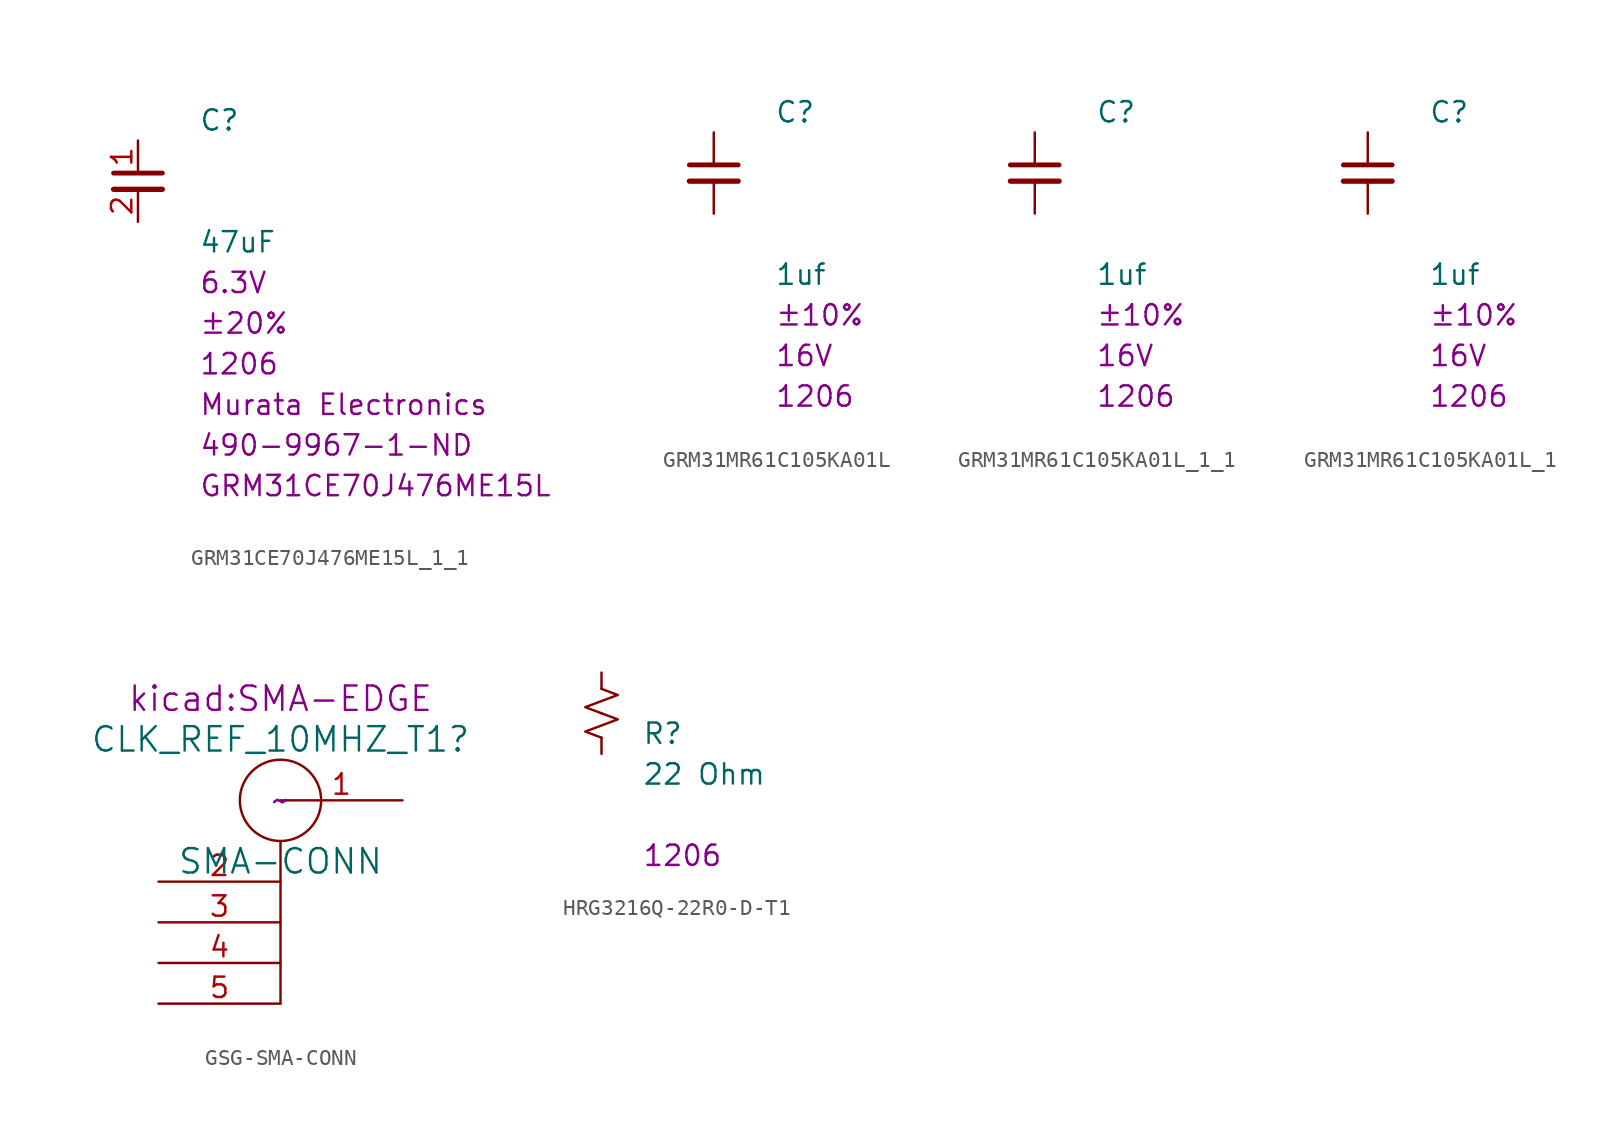
<source format=kicad_sym>
(kicad_symbol_lib
  (version 20231120)
  (generator "kicad_symbol_editor")
  (generator_version "8.0")
  (symbol "GRM31CE70J476ME15L_1_1"
    (property "Reference" "C"
      (at 3.81 3.81 0)
      (effects (font (size 1.27 1.27)) (justify left)))
    (property "Value" "47uF"
      (at 3.81 -3.81 0)
      (effects (font (size 1.27 1.27)) (justify left)))
    (property "Tolerance" "±20%"
      (at 3.81 -8.89 0)
      (effects (font (size 1.27 1.27)) (justify left)))
    (property "MAX Voltage" "6.3V"
      (at 3.81 -6.35 0)
      (effects (font (size 1.27 1.27)) (justify left)))
    (property "Chip Set" "1206"
      (at 3.81 -11.43 0)
      (effects (font (size 1.27 1.27)) (justify left)))
    (property "Manufacturer" "Murata Electronics"
      (at 3.81 -13.97 0)
      (effects (font (size 1.27 1.27)) (justify left)))
    (property "MPN" "GRM31CE70J476ME15L"
      (at 3.81 -19.05 0)
      (effects (font (size 1.27 1.27)) (justify left)))
    (property "Digi-Key_PN" "490-9967-1-ND"
      (at 3.81 -16.51 0)
      (effects (font (size 1.27 1.27)) (justify left)))
    (symbol "GRM31CE70J476ME15L_1_1_1_1"
      (polyline (pts (xy -1.524 -0.508) (xy 1.524 -0.508)) (stroke (width 0.33) (type default)) (fill (type none)))
      (polyline (pts (xy -1.524 0.508) (xy 1.524 0.508)) (stroke (width 0.305) (type default)) (fill (type none)))
      (pin passive line (at 0 2.54 270) (length 2.032) (name "~" (effects (font (size 1.27 1.27)))) (number "1" (effects (font (size 1.27 1.27)))))
      (pin passive line (at 0 -2.54 90) (length 2.032) (name "~" (effects (font (size 1.27 1.27)))) (number "2" (effects (font (size 1.27 1.27)))))))
  (symbol "GRM31MR61C105KA01L"
    (pin_numbers hide)
    (pin_names
      (offset 0.254) hide)
    (property "Reference" "C"
      (at 3.81 3.81 0)
      (effects (font (size 1.27 1.27)) (justify left)))
    (property "Value" "1uf"
      (at 3.81 -6.35 0)
      (effects (font (size 1.27 1.27)) (justify left)))
    (property "Tolerance" "±10%"
      (at 3.81 -8.89 0)
      (effects (font (size 1.27 1.27)) (justify left)))
    (property "MAX Voltage" "16V"
      (at 3.81 -11.43 0)
      (effects (font (size 1.27 1.27)) (justify left)))
    (property "Chip Set" "1206"
      (at 3.81 -13.97 0)
      (effects (font (size 1.27 1.27)) (justify left)))
    (symbol "GRM31MR61C105KA01L_1_1"
      (polyline (pts (xy -1.524 -0.508) (xy 1.524 -0.508)) (stroke (width 0.33) (type solid)) (fill (type none)))
      (polyline (pts (xy -1.524 0.508) (xy 1.524 0.508)) (stroke (width 0.305) (type solid)) (fill (type none)))
      (pin passive line (at 0 2.54 270) (length 2.032) (name "~" (effects (font (size 1.27 1.27)))) (number "1" (effects (font (size 1.27 1.27)))))
      (pin passive line (at 0 -2.54 90) (length 2.032) (name "~" (effects (font (size 1.27 1.27)))) (number "2" (effects (font (size 1.27 1.27)))))))
  (symbol "GRM31MR61C105KA01L_1_1"
    (pin_numbers hide)
    (pin_names
      (offset 0.254) hide)
    (property "Reference" "C"
      (at 3.81 3.81 0)
      (effects (font (size 1.27 1.27)) (justify left)))
    (property "Value" "1uf"
      (at 3.81 -6.35 0)
      (effects (font (size 1.27 1.27)) (justify left)))
    (property "Tolerance" "±10%"
      (at 3.81 -8.89 0)
      (effects (font (size 1.27 1.27)) (justify left)))
    (property "MAX Voltage" "16V"
      (at 3.81 -11.43 0)
      (effects (font (size 1.27 1.27)) (justify left)))
    (property "Chip Set" "1206"
      (at 3.81 -13.97 0)
      (effects (font (size 1.27 1.27)) (justify left)))
    (symbol "GRM31MR61C105KA01L_1_1_1_1"
      (polyline (pts (xy -1.524 -0.508) (xy 1.524 -0.508)) (stroke (width 0.33) (type default)) (fill (type none)))
      (polyline (pts (xy -1.524 0.508) (xy 1.524 0.508)) (stroke (width 0.305) (type default)) (fill (type none)))
      (pin passive line (at 0 2.54 270) (length 2.032) (name "~" (effects (font (size 1.27 1.27)))) (number "1" (effects (font (size 1.27 1.27)))))
      (pin passive line (at 0 -2.54 90) (length 2.032) (name "~" (effects (font (size 1.27 1.27)))) (number "2" (effects (font (size 1.27 1.27)))))))
  (symbol "GRM31MR61C105KA01L_1"
    (pin_numbers hide)
    (pin_names
      (offset 0.254) hide)
    (property "Reference" "C"
      (at 3.81 3.81 0)
      (effects (font (size 1.27 1.27)) (justify left)))
    (property "Value" "1uf"
      (at 3.81 -6.35 0)
      (effects (font (size 1.27 1.27)) (justify left)))
    (property "Tolerance" "±10%"
      (at 3.81 -8.89 0)
      (effects (font (size 1.27 1.27)) (justify left)))
    (property "MAX Voltage" "16V"
      (at 3.81 -11.43 0)
      (effects (font (size 1.27 1.27)) (justify left)))
    (property "Chip Set" "1206"
      (at 3.81 -13.97 0)
      (effects (font (size 1.27 1.27)) (justify left)))
    (symbol "GRM31MR61C105KA01L_1_1_1"
      (polyline (pts (xy -1.524 -0.508) (xy 1.524 -0.508)) (stroke (width 0.33) (type default)) (fill (type none)))
      (polyline (pts (xy -1.524 0.508) (xy 1.524 0.508)) (stroke (width 0.305) (type default)) (fill (type none)))
      (pin passive line (at 0 2.54 270) (length 2.032) (name "~" (effects (font (size 1.27 1.27)))) (number "1" (effects (font (size 1.27 1.27)))))
      (pin passive line (at 0 -2.54 90) (length 2.032) (name "~" (effects (font (size 1.27 1.27)))) (number "2" (effects (font (size 1.27 1.27)))))))
  (symbol "GSG-SMA-CONN"
    (pin_names
      (offset 0) hide)
    (property "Reference" "CLK_REF_10MHZ_T1"
      (at 0 3.81 0)
      (effects (font (size 1.524 1.524))))
    (property "Value" "SMA-CONN"
      (at 0 -3.81 0)
      (effects (font (size 1.524 1.524))))
    (property "Footprint" "kicad:SMA-EDGE"
      (at 0 6.35 0)
      (effects (font (size 1.524 1.524))))
    (property "Datasheet" "~"
      (at 0 0 0)
      (effects (font (size 1.524 1.524))))
    (symbol "GSG-SMA-CONN_0_1"
      (polyline (pts (xy 0 -2.54) (xy 0 -12.7) (xy 0 -12.7)) (stroke (width 0) (type solid)) (fill (type none)))
      (circle (center 0 0) (radius 2.54) (stroke (width 0) (type solid)) (fill (type none))))
    (symbol "GSG-SMA-CONN_1_1"
      (pin bidirectional line (at 7.62 0 180) (length 7.62) (name "RF" (effects (font (size 1.27 1.27)))) (number "1" (effects (font (size 1.27 1.27)))))
      (pin power_in line (at -7.62 -5.08 0) (length 7.62) (name "GND" (effects (font (size 1.27 1.27)))) (number "2" (effects (font (size 1.27 1.27)))))
      (pin power_in line (at -7.62 -7.62 0) (length 7.62) (name "GND" (effects (font (size 1.27 1.27)))) (number "3" (effects (font (size 1.27 1.27)))))
      (pin power_in line (at -7.62 -10.16 0) (length 7.62) (name "GND" (effects (font (size 1.27 1.27)))) (number "4" (effects (font (size 1.27 1.27)))))
      (pin power_in line (at -7.62 -12.7 0) (length 7.62) (name "GND" (effects (font (size 1.27 1.27)))) (number "5" (effects (font (size 1.27 1.27)))))))
  (symbol "HRG3216Q-22R0-D-T1"
    (pin_numbers hide)
    (pin_names
      (offset 0.254) hide)
    (property "Reference" "R"
      (at 2.54 -1.27 0)
      (effects (font (size 1.27 1.27)) (justify left)))
    (property "Value" "22 Ohm"
      (at 2.54 -3.81 0)
      (effects (font (size 1.27 1.27)) (justify left)))
    (property "Chip Set" "1206"
      (at 2.54 -8.89 0)
      (effects (font (size 1.27 1.27)) (justify left)))
    (symbol "HRG3216Q-22R0-D-T1_1_1"
      (polyline (pts (xy 0 0) (xy 1.016 -0.381) (xy 0 -0.762) (xy -1.016 -1.143) (xy 0 -1.524)) (stroke (width 0) (type solid)) (fill (type none)))
      (polyline (pts (xy 0 1.524) (xy 1.016 1.143) (xy 0 0.762) (xy -1.016 0.381) (xy 0 0)) (stroke (width 0) (type solid)) (fill (type none)))
      (pin passive line (at 0 2.54 270) (length 1.016) (name "~" (effects (font (size 1.27 1.27)))) (number "1" (effects (font (size 1.27 1.27)))))
      (pin passive line (at 0 -2.54 90) (length 1.016) (name "~" (effects (font (size 1.27 1.27)))) (number "2" (effects (font (size 1.27 1.27))))))))
</source>
